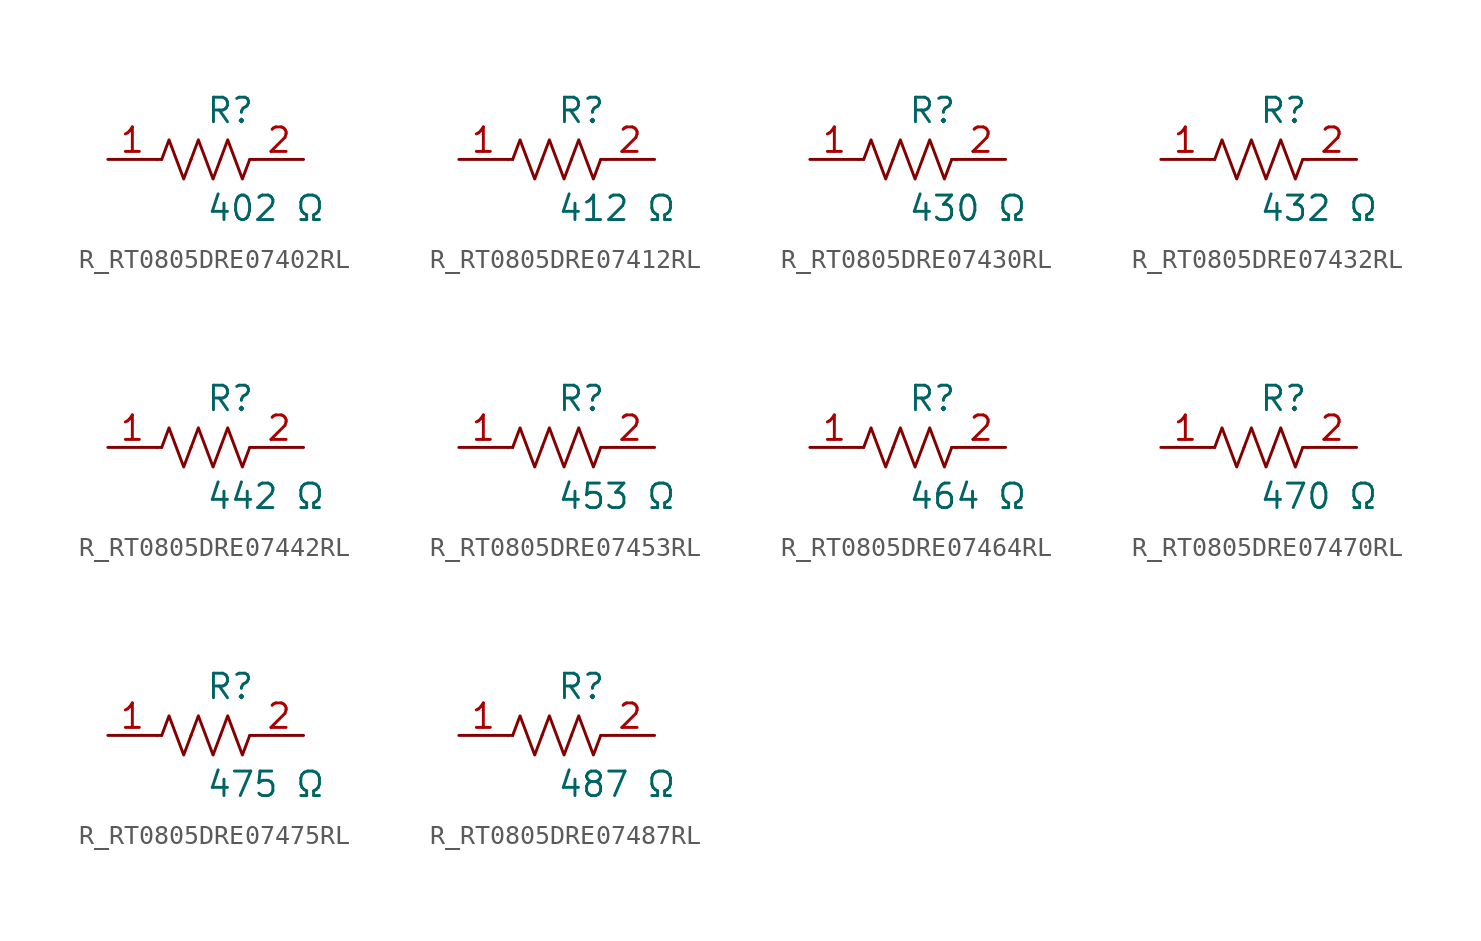
<source format=kicad_sym>
(kicad_symbol_lib
  (version 20231120)
  (generator kicad_symbol_editor)
  (generator_version 8.0)
  (symbol "R_RT0805DRE07402RL"
    (pin_names
      (offset 0.254))
    (property "Reference" "R"
      (at 0.0 2.54 0)
      (effects (font (size 1.27 1.27)) (justify left)))
    (property "Value" "402 Ω"
      (at 0.0 -2.54 0)
      (effects (font (size 1.27 1.27)) (justify left)))
    (symbol "R_RT0805DRE07402RL_0_1"
      (polyline (pts (xy 2.286 0) (xy 2.54 0)) (stroke (width 0) (type default)) (fill (type none)))
      (polyline (pts (xy -2.286 0) (xy -2.54 0)) (stroke (width 0) (type default)) (fill (type none)))
      (polyline (pts (xy 0.762 0) (xy 1.143 1.016) (xy 1.524 0) (xy 1.905 -1.016) (xy 2.286 0)) (stroke (width 0) (type default)) (fill (type none)))
      (polyline (pts (xy -0.762 0) (xy -0.381 1.016) (xy 0 0) (xy 0.381 -1.016) (xy 0.762 0)) (stroke (width 0) (type default)) (fill (type none)))
      (polyline (pts (xy -2.286 0) (xy -1.905 1.016) (xy -1.524 0) (xy -1.143 -1.016) (xy -0.762 0)) (stroke (width 0) (type default)) (fill (type none))))
    (pin unspecified line
      (at -5.08 0 0)
      (length 2.54)
      (name "" (effects (font (size 1.27 1.27))))
      (number "1" (effects (font (size 1.27 1.27)))))
    (pin unspecified line
      (at 5.08 0 180)
      (length 2.54)
      (name "" (effects (font (size 1.27 1.27))))
      (number "2" (effects (font (size 1.27 1.27))))))
  (symbol "R_RT0805DRE07412RL"
    (pin_names
      (offset 0.254))
    (property "Reference" "R"
      (at 0.0 2.54 0)
      (effects (font (size 1.27 1.27)) (justify left)))
    (property "Value" "412 Ω"
      (at 0.0 -2.54 0)
      (effects (font (size 1.27 1.27)) (justify left)))
    (symbol "R_RT0805DRE07412RL_0_1"
      (polyline (pts (xy 2.286 0) (xy 2.54 0)) (stroke (width 0) (type default)) (fill (type none)))
      (polyline (pts (xy -2.286 0) (xy -2.54 0)) (stroke (width 0) (type default)) (fill (type none)))
      (polyline (pts (xy 0.762 0) (xy 1.143 1.016) (xy 1.524 0) (xy 1.905 -1.016) (xy 2.286 0)) (stroke (width 0) (type default)) (fill (type none)))
      (polyline (pts (xy -0.762 0) (xy -0.381 1.016) (xy 0 0) (xy 0.381 -1.016) (xy 0.762 0)) (stroke (width 0) (type default)) (fill (type none)))
      (polyline (pts (xy -2.286 0) (xy -1.905 1.016) (xy -1.524 0) (xy -1.143 -1.016) (xy -0.762 0)) (stroke (width 0) (type default)) (fill (type none))))
    (pin unspecified line
      (at -5.08 0 0)
      (length 2.54)
      (name "" (effects (font (size 1.27 1.27))))
      (number "1" (effects (font (size 1.27 1.27)))))
    (pin unspecified line
      (at 5.08 0 180)
      (length 2.54)
      (name "" (effects (font (size 1.27 1.27))))
      (number "2" (effects (font (size 1.27 1.27))))))
  (symbol "R_RT0805DRE07430RL"
    (pin_names
      (offset 0.254))
    (property "Reference" "R"
      (at 0.0 2.54 0)
      (effects (font (size 1.27 1.27)) (justify left)))
    (property "Value" "430 Ω"
      (at 0.0 -2.54 0)
      (effects (font (size 1.27 1.27)) (justify left)))
    (symbol "R_RT0805DRE07430RL_0_1"
      (polyline (pts (xy 2.286 0) (xy 2.54 0)) (stroke (width 0) (type default)) (fill (type none)))
      (polyline (pts (xy -2.286 0) (xy -2.54 0)) (stroke (width 0) (type default)) (fill (type none)))
      (polyline (pts (xy 0.762 0) (xy 1.143 1.016) (xy 1.524 0) (xy 1.905 -1.016) (xy 2.286 0)) (stroke (width 0) (type default)) (fill (type none)))
      (polyline (pts (xy -0.762 0) (xy -0.381 1.016) (xy 0 0) (xy 0.381 -1.016) (xy 0.762 0)) (stroke (width 0) (type default)) (fill (type none)))
      (polyline (pts (xy -2.286 0) (xy -1.905 1.016) (xy -1.524 0) (xy -1.143 -1.016) (xy -0.762 0)) (stroke (width 0) (type default)) (fill (type none))))
    (pin unspecified line
      (at -5.08 0 0)
      (length 2.54)
      (name "" (effects (font (size 1.27 1.27))))
      (number "1" (effects (font (size 1.27 1.27)))))
    (pin unspecified line
      (at 5.08 0 180)
      (length 2.54)
      (name "" (effects (font (size 1.27 1.27))))
      (number "2" (effects (font (size 1.27 1.27))))))
  (symbol "R_RT0805DRE07432RL"
    (pin_names
      (offset 0.254))
    (property "Reference" "R"
      (at 0.0 2.54 0)
      (effects (font (size 1.27 1.27)) (justify left)))
    (property "Value" "432 Ω"
      (at 0.0 -2.54 0)
      (effects (font (size 1.27 1.27)) (justify left)))
    (symbol "R_RT0805DRE07432RL_0_1"
      (polyline (pts (xy 2.286 0) (xy 2.54 0)) (stroke (width 0) (type default)) (fill (type none)))
      (polyline (pts (xy -2.286 0) (xy -2.54 0)) (stroke (width 0) (type default)) (fill (type none)))
      (polyline (pts (xy 0.762 0) (xy 1.143 1.016) (xy 1.524 0) (xy 1.905 -1.016) (xy 2.286 0)) (stroke (width 0) (type default)) (fill (type none)))
      (polyline (pts (xy -0.762 0) (xy -0.381 1.016) (xy 0 0) (xy 0.381 -1.016) (xy 0.762 0)) (stroke (width 0) (type default)) (fill (type none)))
      (polyline (pts (xy -2.286 0) (xy -1.905 1.016) (xy -1.524 0) (xy -1.143 -1.016) (xy -0.762 0)) (stroke (width 0) (type default)) (fill (type none))))
    (pin unspecified line
      (at -5.08 0 0)
      (length 2.54)
      (name "" (effects (font (size 1.27 1.27))))
      (number "1" (effects (font (size 1.27 1.27)))))
    (pin unspecified line
      (at 5.08 0 180)
      (length 2.54)
      (name "" (effects (font (size 1.27 1.27))))
      (number "2" (effects (font (size 1.27 1.27))))))
  (symbol "R_RT0805DRE07442RL"
    (pin_names
      (offset 0.254))
    (property "Reference" "R"
      (at 0.0 2.54 0)
      (effects (font (size 1.27 1.27)) (justify left)))
    (property "Value" "442 Ω"
      (at 0.0 -2.54 0)
      (effects (font (size 1.27 1.27)) (justify left)))
    (symbol "R_RT0805DRE07442RL_0_1"
      (polyline (pts (xy 2.286 0) (xy 2.54 0)) (stroke (width 0) (type default)) (fill (type none)))
      (polyline (pts (xy -2.286 0) (xy -2.54 0)) (stroke (width 0) (type default)) (fill (type none)))
      (polyline (pts (xy 0.762 0) (xy 1.143 1.016) (xy 1.524 0) (xy 1.905 -1.016) (xy 2.286 0)) (stroke (width 0) (type default)) (fill (type none)))
      (polyline (pts (xy -0.762 0) (xy -0.381 1.016) (xy 0 0) (xy 0.381 -1.016) (xy 0.762 0)) (stroke (width 0) (type default)) (fill (type none)))
      (polyline (pts (xy -2.286 0) (xy -1.905 1.016) (xy -1.524 0) (xy -1.143 -1.016) (xy -0.762 0)) (stroke (width 0) (type default)) (fill (type none))))
    (pin unspecified line
      (at -5.08 0 0)
      (length 2.54)
      (name "" (effects (font (size 1.27 1.27))))
      (number "1" (effects (font (size 1.27 1.27)))))
    (pin unspecified line
      (at 5.08 0 180)
      (length 2.54)
      (name "" (effects (font (size 1.27 1.27))))
      (number "2" (effects (font (size 1.27 1.27))))))
  (symbol "R_RT0805DRE07453RL"
    (pin_names
      (offset 0.254))
    (property "Reference" "R"
      (at 0.0 2.54 0)
      (effects (font (size 1.27 1.27)) (justify left)))
    (property "Value" "453 Ω"
      (at 0.0 -2.54 0)
      (effects (font (size 1.27 1.27)) (justify left)))
    (symbol "R_RT0805DRE07453RL_0_1"
      (polyline (pts (xy 2.286 0) (xy 2.54 0)) (stroke (width 0) (type default)) (fill (type none)))
      (polyline (pts (xy -2.286 0) (xy -2.54 0)) (stroke (width 0) (type default)) (fill (type none)))
      (polyline (pts (xy 0.762 0) (xy 1.143 1.016) (xy 1.524 0) (xy 1.905 -1.016) (xy 2.286 0)) (stroke (width 0) (type default)) (fill (type none)))
      (polyline (pts (xy -0.762 0) (xy -0.381 1.016) (xy 0 0) (xy 0.381 -1.016) (xy 0.762 0)) (stroke (width 0) (type default)) (fill (type none)))
      (polyline (pts (xy -2.286 0) (xy -1.905 1.016) (xy -1.524 0) (xy -1.143 -1.016) (xy -0.762 0)) (stroke (width 0) (type default)) (fill (type none))))
    (pin unspecified line
      (at -5.08 0 0)
      (length 2.54)
      (name "" (effects (font (size 1.27 1.27))))
      (number "1" (effects (font (size 1.27 1.27)))))
    (pin unspecified line
      (at 5.08 0 180)
      (length 2.54)
      (name "" (effects (font (size 1.27 1.27))))
      (number "2" (effects (font (size 1.27 1.27))))))
  (symbol "R_RT0805DRE07464RL"
    (pin_names
      (offset 0.254))
    (property "Reference" "R"
      (at 0.0 2.54 0)
      (effects (font (size 1.27 1.27)) (justify left)))
    (property "Value" "464 Ω"
      (at 0.0 -2.54 0)
      (effects (font (size 1.27 1.27)) (justify left)))
    (symbol "R_RT0805DRE07464RL_0_1"
      (polyline (pts (xy 2.286 0) (xy 2.54 0)) (stroke (width 0) (type default)) (fill (type none)))
      (polyline (pts (xy -2.286 0) (xy -2.54 0)) (stroke (width 0) (type default)) (fill (type none)))
      (polyline (pts (xy 0.762 0) (xy 1.143 1.016) (xy 1.524 0) (xy 1.905 -1.016) (xy 2.286 0)) (stroke (width 0) (type default)) (fill (type none)))
      (polyline (pts (xy -0.762 0) (xy -0.381 1.016) (xy 0 0) (xy 0.381 -1.016) (xy 0.762 0)) (stroke (width 0) (type default)) (fill (type none)))
      (polyline (pts (xy -2.286 0) (xy -1.905 1.016) (xy -1.524 0) (xy -1.143 -1.016) (xy -0.762 0)) (stroke (width 0) (type default)) (fill (type none))))
    (pin unspecified line
      (at -5.08 0 0)
      (length 2.54)
      (name "" (effects (font (size 1.27 1.27))))
      (number "1" (effects (font (size 1.27 1.27)))))
    (pin unspecified line
      (at 5.08 0 180)
      (length 2.54)
      (name "" (effects (font (size 1.27 1.27))))
      (number "2" (effects (font (size 1.27 1.27))))))
  (symbol "R_RT0805DRE07470RL"
    (pin_names
      (offset 0.254))
    (property "Reference" "R"
      (at 0.0 2.54 0)
      (effects (font (size 1.27 1.27)) (justify left)))
    (property "Value" "470 Ω"
      (at 0.0 -2.54 0)
      (effects (font (size 1.27 1.27)) (justify left)))
    (symbol "R_RT0805DRE07470RL_0_1"
      (polyline (pts (xy 2.286 0) (xy 2.54 0)) (stroke (width 0) (type default)) (fill (type none)))
      (polyline (pts (xy -2.286 0) (xy -2.54 0)) (stroke (width 0) (type default)) (fill (type none)))
      (polyline (pts (xy 0.762 0) (xy 1.143 1.016) (xy 1.524 0) (xy 1.905 -1.016) (xy 2.286 0)) (stroke (width 0) (type default)) (fill (type none)))
      (polyline (pts (xy -0.762 0) (xy -0.381 1.016) (xy 0 0) (xy 0.381 -1.016) (xy 0.762 0)) (stroke (width 0) (type default)) (fill (type none)))
      (polyline (pts (xy -2.286 0) (xy -1.905 1.016) (xy -1.524 0) (xy -1.143 -1.016) (xy -0.762 0)) (stroke (width 0) (type default)) (fill (type none))))
    (pin unspecified line
      (at -5.08 0 0)
      (length 2.54)
      (name "" (effects (font (size 1.27 1.27))))
      (number "1" (effects (font (size 1.27 1.27)))))
    (pin unspecified line
      (at 5.08 0 180)
      (length 2.54)
      (name "" (effects (font (size 1.27 1.27))))
      (number "2" (effects (font (size 1.27 1.27))))))
  (symbol "R_RT0805DRE07475RL"
    (pin_names
      (offset 0.254))
    (property "Reference" "R"
      (at 0.0 2.54 0)
      (effects (font (size 1.27 1.27)) (justify left)))
    (property "Value" "475 Ω"
      (at 0.0 -2.54 0)
      (effects (font (size 1.27 1.27)) (justify left)))
    (symbol "R_RT0805DRE07475RL_0_1"
      (polyline (pts (xy 2.286 0) (xy 2.54 0)) (stroke (width 0) (type default)) (fill (type none)))
      (polyline (pts (xy -2.286 0) (xy -2.54 0)) (stroke (width 0) (type default)) (fill (type none)))
      (polyline (pts (xy 0.762 0) (xy 1.143 1.016) (xy 1.524 0) (xy 1.905 -1.016) (xy 2.286 0)) (stroke (width 0) (type default)) (fill (type none)))
      (polyline (pts (xy -0.762 0) (xy -0.381 1.016) (xy 0 0) (xy 0.381 -1.016) (xy 0.762 0)) (stroke (width 0) (type default)) (fill (type none)))
      (polyline (pts (xy -2.286 0) (xy -1.905 1.016) (xy -1.524 0) (xy -1.143 -1.016) (xy -0.762 0)) (stroke (width 0) (type default)) (fill (type none))))
    (pin unspecified line
      (at -5.08 0 0)
      (length 2.54)
      (name "" (effects (font (size 1.27 1.27))))
      (number "1" (effects (font (size 1.27 1.27)))))
    (pin unspecified line
      (at 5.08 0 180)
      (length 2.54)
      (name "" (effects (font (size 1.27 1.27))))
      (number "2" (effects (font (size 1.27 1.27))))))
  (symbol "R_RT0805DRE07487RL"
    (pin_names
      (offset 0.254))
    (property "Reference" "R"
      (at 0.0 2.54 0)
      (effects (font (size 1.27 1.27)) (justify left)))
    (property "Value" "487 Ω"
      (at 0.0 -2.54 0)
      (effects (font (size 1.27 1.27)) (justify left)))
    (symbol "R_RT0805DRE07487RL_0_1"
      (polyline (pts (xy 2.286 0) (xy 2.54 0)) (stroke (width 0) (type default)) (fill (type none)))
      (polyline (pts (xy -2.286 0) (xy -2.54 0)) (stroke (width 0) (type default)) (fill (type none)))
      (polyline (pts (xy 0.762 0) (xy 1.143 1.016) (xy 1.524 0) (xy 1.905 -1.016) (xy 2.286 0)) (stroke (width 0) (type default)) (fill (type none)))
      (polyline (pts (xy -0.762 0) (xy -0.381 1.016) (xy 0 0) (xy 0.381 -1.016) (xy 0.762 0)) (stroke (width 0) (type default)) (fill (type none)))
      (polyline (pts (xy -2.286 0) (xy -1.905 1.016) (xy -1.524 0) (xy -1.143 -1.016) (xy -0.762 0)) (stroke (width 0) (type default)) (fill (type none))))
    (pin unspecified line
      (at -5.08 0 0)
      (length 2.54)
      (name "" (effects (font (size 1.27 1.27))))
      (number "1" (effects (font (size 1.27 1.27)))))
    (pin unspecified line
      (at 5.08 0 180)
      (length 2.54)
      (name "" (effects (font (size 1.27 1.27))))
      (number "2" (effects (font (size 1.27 1.27)))))))
</source>
